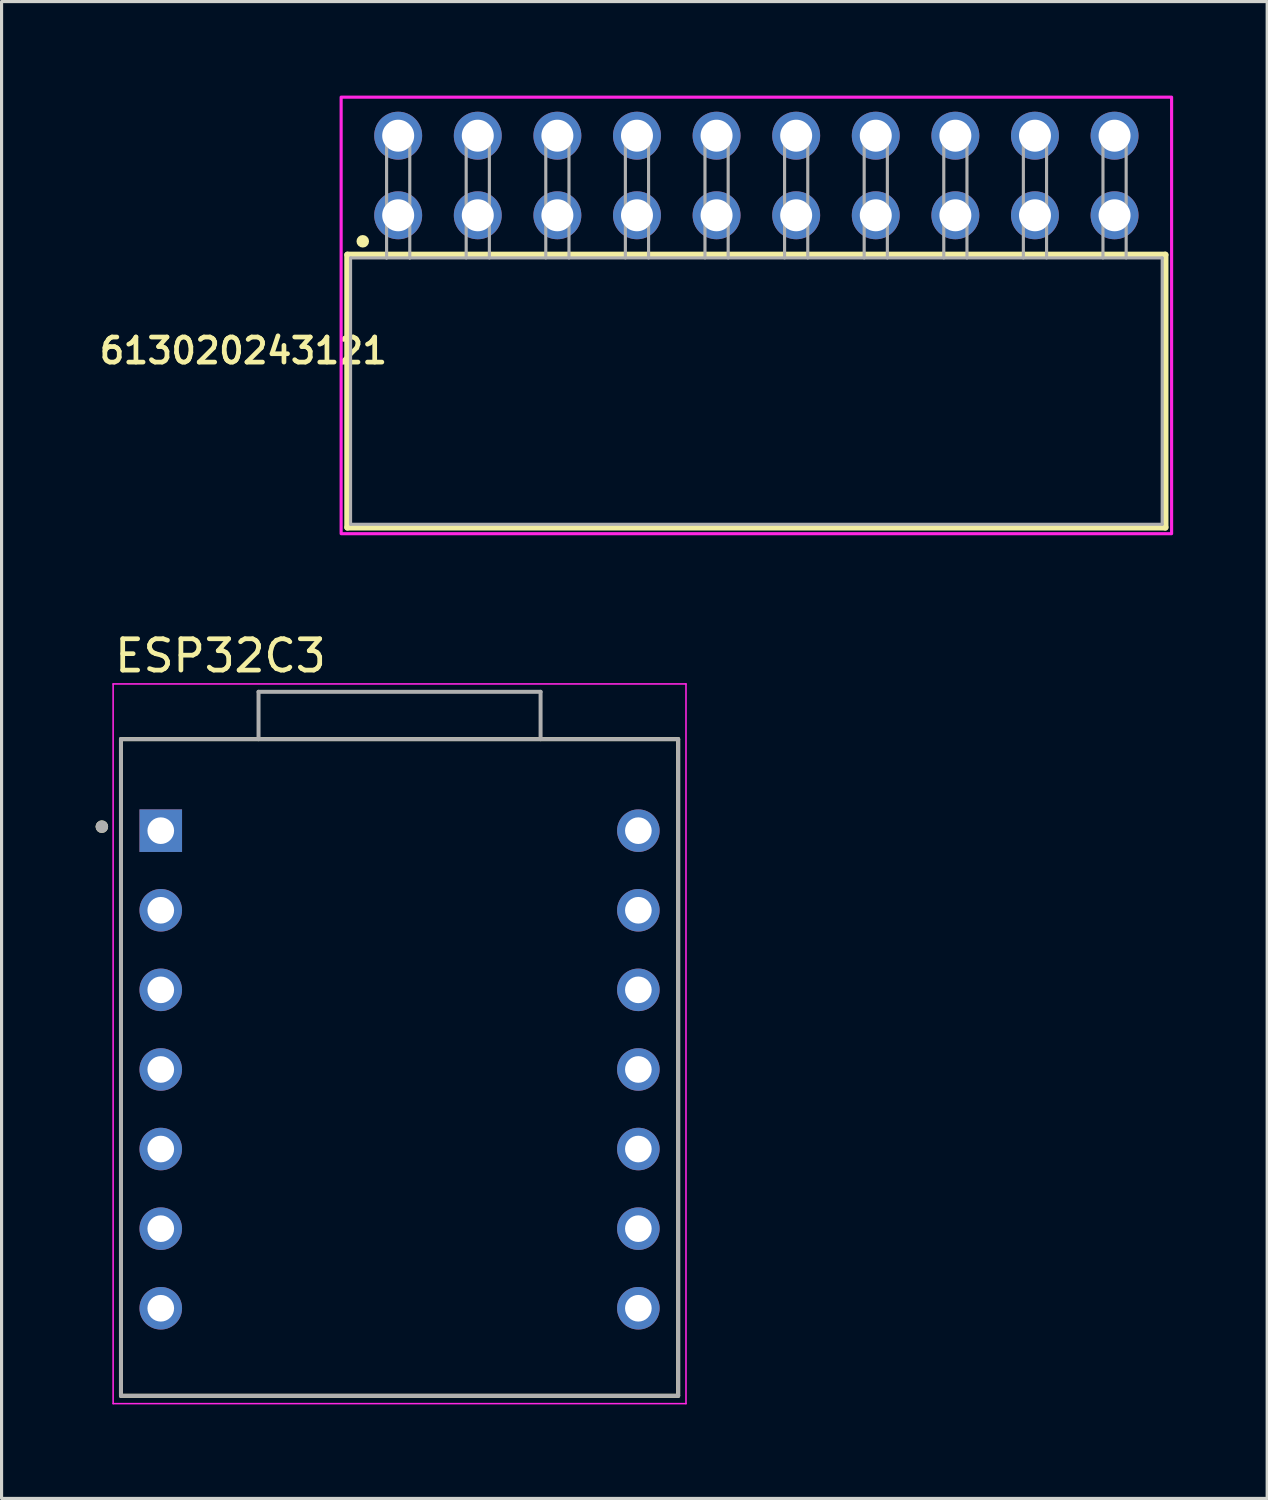
<source format=kicad_pcb>
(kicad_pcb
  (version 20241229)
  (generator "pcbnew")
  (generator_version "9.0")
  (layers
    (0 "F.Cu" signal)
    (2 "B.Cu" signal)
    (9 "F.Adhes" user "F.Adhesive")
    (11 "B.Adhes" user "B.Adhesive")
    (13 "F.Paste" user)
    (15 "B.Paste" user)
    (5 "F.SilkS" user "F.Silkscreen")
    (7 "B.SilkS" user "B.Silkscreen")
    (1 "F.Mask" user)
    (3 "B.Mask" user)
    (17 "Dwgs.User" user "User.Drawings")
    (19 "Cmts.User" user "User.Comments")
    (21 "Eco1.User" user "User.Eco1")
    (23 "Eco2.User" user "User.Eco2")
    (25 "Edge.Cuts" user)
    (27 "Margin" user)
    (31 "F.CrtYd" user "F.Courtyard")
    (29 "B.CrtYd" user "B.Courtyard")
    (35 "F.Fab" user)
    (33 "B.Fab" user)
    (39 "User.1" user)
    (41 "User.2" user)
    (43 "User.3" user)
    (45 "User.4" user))
  (footprint "ESP32C3"
    (layer "F.Cu")
    (at 9.7 31.013)
    (property "Reference" "ESP32C3" (at -5.715 -13.135 0) (layer "F.SilkS") (effects (font (size 1 1) (thickness 0.15))))
    (attr through_hole)
    (fp_line (start -8.89 -10.477) (end 8.89 -10.477) (stroke (width 0.127) (type solid)) (layer "F.SilkS"))
    (fp_line (start -8.89 10.477) (end -8.89 -10.477) (stroke (width 0.127) (type solid)) (layer "F.SilkS"))
    (fp_line (start 8.89 -10.477) (end 8.89 10.477) (stroke (width 0.127) (type solid)) (layer "F.SilkS"))
    (fp_line (start 8.89 10.477) (end -8.89 10.477) (stroke (width 0.127) (type solid)) (layer "F.SilkS"))
    (fp_circle (center -9.5 -7.684) (end -9.4 -7.684) (stroke (width 0.2) (type solid)) (fill no) (layer "F.SilkS"))
    (fp_line (start -9.14 -12.238) (end -9.14 10.727) (stroke (width 0.05) (type solid)) (layer "F.CrtYd"))
    (fp_line (start -9.14 10.727) (end 9.14 10.727) (stroke (width 0.05) (type solid)) (layer "F.CrtYd"))
    (fp_line (start 9.14 -12.238) (end -9.14 -12.238) (stroke (width 0.05) (type solid)) (layer "F.CrtYd"))
    (fp_line (start 9.14 10.727) (end 9.14 -12.238) (stroke (width 0.05) (type solid)) (layer "F.CrtYd"))
    (fp_line (start -8.89 -10.477) (end -4.5 -10.477) (stroke (width 0.127) (type solid)) (layer "F.Fab"))
    (fp_line (start -8.89 10.477) (end -8.89 -10.477) (stroke (width 0.127) (type solid)) (layer "F.Fab"))
    (fp_line (start -4.5 -11.988) (end 4.5 -11.988) (stroke (width 0.127) (type solid)) (layer "F.Fab"))
    (fp_line (start -4.5 -10.477) (end -4.5 -11.988) (stroke (width 0.127) (type solid)) (layer "F.Fab"))
    (fp_line (start -4.5 -10.477) (end 4.5 -10.477) (stroke (width 0.127) (type solid)) (layer "F.Fab"))
    (fp_line (start 4.5 -11.988) (end 4.5 -10.477) (stroke (width 0.127) (type solid)) (layer "F.Fab"))
    (fp_line (start 4.5 -10.477) (end 8.89 -10.477) (stroke (width 0.127) (type solid)) (layer "F.Fab"))
    (fp_line (start 8.89 -10.477) (end 8.89 10.477) (stroke (width 0.127) (type solid)) (layer "F.Fab"))
    (fp_line (start 8.89 10.477) (end -8.89 10.477) (stroke (width 0.127) (type solid)) (layer "F.Fab"))
    (fp_circle (center -9.5 -7.684) (end -9.4 -7.684) (stroke (width 0.2) (type solid)) (fill no) (layer "F.Fab"))
    (pad "1" thru_hole rect (at -7.62 -7.556) (size 1.358 1.358) (drill 0.85) (layers "*.Cu" "*.Mask"))
    (pad "2" thru_hole circle (at -7.62 -5.016) (size 1.358 1.358) (drill 0.85) (layers "*.Cu" "*.Mask"))
    (pad "3" thru_hole circle (at -7.62 -2.477) (size 1.358 1.358) (drill 0.85) (layers "*.Cu" "*.Mask"))
    (pad "4" thru_hole circle (at -7.62 0.064) (size 1.358 1.358) (drill 0.85) (layers "*.Cu" "*.Mask"))
    (pad "5" thru_hole circle (at -7.62 2.603) (size 1.358 1.358) (drill 0.85) (layers "*.Cu" "*.Mask"))
    (pad "6" thru_hole circle (at -7.62 5.144) (size 1.358 1.358) (drill 0.85) (layers "*.Cu" "*.Mask"))
    (pad "7" thru_hole circle (at -7.62 7.684) (size 1.358 1.358) (drill 0.85) (layers "*.Cu" "*.Mask"))
    (pad "8" thru_hole circle (at 7.62 7.684) (size 1.358 1.358) (drill 0.85) (layers "*.Cu" "*.Mask"))
    (pad "9" thru_hole circle (at 7.62 5.144) (size 1.358 1.358) (drill 0.85) (layers "*.Cu" "*.Mask"))
    (pad "10" thru_hole circle (at 7.62 2.603) (size 1.358 1.358) (drill 0.85) (layers "*.Cu" "*.Mask"))
    (pad "11" thru_hole circle (at 7.62 0.064) (size 1.358 1.358) (drill 0.85) (layers "*.Cu" "*.Mask"))
    (pad "12" thru_hole circle (at 7.62 -2.477) (size 1.358 1.358) (drill 0.85) (layers "*.Cu" "*.Mask"))
    (pad "13" thru_hole circle (at 7.62 -5.016) (size 1.358 1.358) (drill 0.85) (layers "*.Cu" "*.Mask"))
    (pad "14" thru_hole circle (at 7.62 -7.556) (size 1.358 1.358) (drill 0.85) (layers "*.Cu" "*.Mask")))
  (footprint "613020243121"
    (layer "F.Cu")
    (at 21.086 9.43)
    (property "Reference" "613020243121" (at -16.37 -1.288 0) (layer "F.SilkS") (effects (font (size 0.8 0.8) (thickness 0.15))))
    (attr through_hole)
    (fp_line (start -13.05 -4.35) (end 13.05 -4.35) (stroke (width 0.2) (type solid)) (layer "F.SilkS"))
    (fp_line (start -13.05 4.35) (end -13.05 -4.35) (stroke (width 0.2) (type solid)) (layer "F.SilkS"))
    (fp_line (start 13.05 -4.35) (end 13.05 4.35) (stroke (width 0.2) (type solid)) (layer "F.SilkS"))
    (fp_line (start 13.05 4.35) (end -13.05 4.35) (stroke (width 0.2) (type solid)) (layer "F.SilkS"))
    (fp_circle (center -12.56 -4.78) (end -12.46 -4.78) (stroke (width 0.2) (type solid)) (fill no) (layer "F.SilkS"))
    (fp_poly (pts (xy -13.25 -9.38) (xy 13.25 -9.38) (xy 13.25 4.55) (xy -13.25 4.55)) (stroke (width 0.1) (type solid)) (fill no) (layer "F.CrtYd"))
    (fp_line (start -12.95 -4.25) (end -12.95 4.25) (stroke (width 0.1) (type solid)) (layer "F.Fab"))
    (fp_line (start -11.8 -8.35) (end -11.06 -8.35) (stroke (width 0.1) (type solid)) (layer "F.Fab"))
    (fp_line (start -11.8 -4.25) (end -12.95 -4.25) (stroke (width 0.1) (type solid)) (layer "F.Fab"))
    (fp_line (start -11.8 -4.25) (end -11.8 -8.35) (stroke (width 0.1) (type solid)) (layer "F.Fab"))
    (fp_line (start -11.06 -8.35) (end -11.06 -4.25) (stroke (width 0.1) (type solid)) (layer "F.Fab"))
    (fp_line (start -11.06 -4.25) (end -11.8 -4.25) (stroke (width 0.1) (type solid)) (layer "F.Fab"))
    (fp_line (start -9.26 -8.35) (end -8.52 -8.35) (stroke (width 0.1) (type solid)) (layer "F.Fab"))
    (fp_line (start -9.26 -4.25) (end -9.26 -8.35) (stroke (width 0.1) (type solid)) (layer "F.Fab"))
    (fp_line (start -8.52 -8.35) (end -8.52 -4.25) (stroke (width 0.1) (type solid)) (layer "F.Fab"))
    (fp_line (start -6.72 -8.35) (end -5.98 -8.35) (stroke (width 0.1) (type solid)) (layer "F.Fab"))
    (fp_line (start -6.72 -4.25) (end -6.72 -8.35) (stroke (width 0.1) (type solid)) (layer "F.Fab"))
    (fp_line (start -5.98 -8.35) (end -5.98 -4.25) (stroke (width 0.1) (type solid)) (layer "F.Fab"))
    (fp_line (start -4.18 -8.35) (end -3.44 -8.35) (stroke (width 0.1) (type solid)) (layer "F.Fab"))
    (fp_line (start -4.18 -4.25) (end -4.18 -8.35) (stroke (width 0.1) (type solid)) (layer "F.Fab"))
    (fp_line (start -3.44 -8.35) (end -3.44 -4.25) (stroke (width 0.1) (type solid)) (layer "F.Fab"))
    (fp_line (start -1.64 -8.35) (end -0.9 -8.35) (stroke (width 0.1) (type solid)) (layer "F.Fab"))
    (fp_line (start -1.64 -4.25) (end -1.64 -8.35) (stroke (width 0.1) (type solid)) (layer "F.Fab"))
    (fp_line (start -0.9 -8.35) (end -0.9 -4.25) (stroke (width 0.1) (type solid)) (layer "F.Fab"))
    (fp_line (start 0.9 -8.35) (end 1.64 -8.35) (stroke (width 0.1) (type solid)) (layer "F.Fab"))
    (fp_line (start 0.9 -4.25) (end 0.9 -8.35) (stroke (width 0.1) (type solid)) (layer "F.Fab"))
    (fp_line (start 1.64 -8.35) (end 1.64 -4.25) (stroke (width 0.1) (type solid)) (layer "F.Fab"))
    (fp_line (start 3.44 -8.35) (end 4.18 -8.35) (stroke (width 0.1) (type solid)) (layer "F.Fab"))
    (fp_line (start 3.44 -4.25) (end 3.44 -8.35) (stroke (width 0.1) (type solid)) (layer "F.Fab"))
    (fp_line (start 4.18 -8.35) (end 4.18 -4.25) (stroke (width 0.1) (type solid)) (layer "F.Fab"))
    (fp_line (start 5.98 -8.35) (end 6.72 -8.35) (stroke (width 0.1) (type solid)) (layer "F.Fab"))
    (fp_line (start 5.98 -4.25) (end 5.98 -8.35) (stroke (width 0.1) (type solid)) (layer "F.Fab"))
    (fp_line (start 6.72 -8.35) (end 6.72 -4.25) (stroke (width 0.1) (type solid)) (layer "F.Fab"))
    (fp_line (start 8.52 -8.35) (end 9.26 -8.35) (stroke (width 0.1) (type solid)) (layer "F.Fab"))
    (fp_line (start 8.52 -4.25) (end 8.52 -8.35) (stroke (width 0.1) (type solid)) (layer "F.Fab"))
    (fp_line (start 9.26 -8.35) (end 9.26 -4.25) (stroke (width 0.1) (type solid)) (layer "F.Fab"))
    (fp_line (start 11.06 -8.35) (end 11.8 -8.35) (stroke (width 0.1) (type solid)) (layer "F.Fab"))
    (fp_line (start 11.06 -4.25) (end 11.06 -8.35) (stroke (width 0.1) (type solid)) (layer "F.Fab"))
    (fp_line (start 11.8 -8.35) (end 11.8 -4.25) (stroke (width 0.1) (type solid)) (layer "F.Fab"))
    (fp_line (start 12.95 -4.25) (end -11.06 -4.25) (stroke (width 0.1) (type solid)) (layer "F.Fab"))
    (fp_line (start 12.95 4.25) (end -12.95 4.25) (stroke (width 0.1) (type solid)) (layer "F.Fab"))
    (fp_line (start 12.95 4.25) (end 12.95 -4.25) (stroke (width 0.1) (type solid)) (layer "F.Fab"))
    (pad "1" thru_hole circle (at -11.43 -5.61) (size 1.53 1.53) (drill 1.02) (layers "*.Cu" "*.Mask"))
    (pad "2" thru_hole circle (at -11.43 -8.15) (size 1.53 1.53) (drill 1.02) (layers "*.Cu" "*.Mask"))
    (pad "3" thru_hole circle (at -8.89 -5.61) (size 1.53 1.53) (drill 1.02) (layers "*.Cu" "*.Mask"))
    (pad "4" thru_hole circle (at -8.89 -8.15) (size 1.53 1.53) (drill 1.02) (layers "*.Cu" "*.Mask"))
    (pad "5" thru_hole circle (at -6.35 -5.61) (size 1.53 1.53) (drill 1.02) (layers "*.Cu" "*.Mask"))
    (pad "6" thru_hole circle (at -6.35 -8.15) (size 1.53 1.53) (drill 1.02) (layers "*.Cu" "*.Mask"))
    (pad "7" thru_hole circle (at -3.81 -5.61) (size 1.53 1.53) (drill 1.02) (layers "*.Cu" "*.Mask"))
    (pad "8" thru_hole circle (at -3.81 -8.15) (size 1.53 1.53) (drill 1.02) (layers "*.Cu" "*.Mask"))
    (pad "9" thru_hole circle (at -1.27 -5.61) (size 1.53 1.53) (drill 1.02) (layers "*.Cu" "*.Mask"))
    (pad "10" thru_hole circle (at -1.27 -8.15) (size 1.53 1.53) (drill 1.02) (layers "*.Cu" "*.Mask"))
    (pad "11" thru_hole circle (at 1.27 -5.61) (size 1.53 1.53) (drill 1.02) (layers "*.Cu" "*.Mask"))
    (pad "12" thru_hole circle (at 1.27 -8.15) (size 1.53 1.53) (drill 1.02) (layers "*.Cu" "*.Mask"))
    (pad "13" thru_hole circle (at 3.81 -5.61) (size 1.53 1.53) (drill 1.02) (layers "*.Cu" "*.Mask"))
    (pad "14" thru_hole circle (at 3.81 -8.15) (size 1.53 1.53) (drill 1.02) (layers "*.Cu" "*.Mask"))
    (pad "15" thru_hole circle (at 6.35 -5.61) (size 1.53 1.53) (drill 1.02) (layers "*.Cu" "*.Mask"))
    (pad "16" thru_hole circle (at 6.35 -8.15) (size 1.53 1.53) (drill 1.02) (layers "*.Cu" "*.Mask"))
    (pad "17" thru_hole circle (at 8.89 -5.61) (size 1.53 1.53) (drill 1.02) (layers "*.Cu" "*.Mask"))
    (pad "18" thru_hole circle (at 8.89 -8.15) (size 1.53 1.53) (drill 1.02) (layers "*.Cu" "*.Mask"))
    (pad "19" thru_hole circle (at 11.43 -5.61) (size 1.53 1.53) (drill 1.02) (layers "*.Cu" "*.Mask"))
    (pad "20" thru_hole circle (at 11.43 -8.15) (size 1.53 1.53) (drill 1.02) (layers "*.Cu" "*.Mask")))
  (gr_rect
    (start -3 -3)
    (end 37.386 44.766)
    (stroke (width 0.1) (type default))
    (fill no)
    (layer "Edge.Cuts")))
</source>
